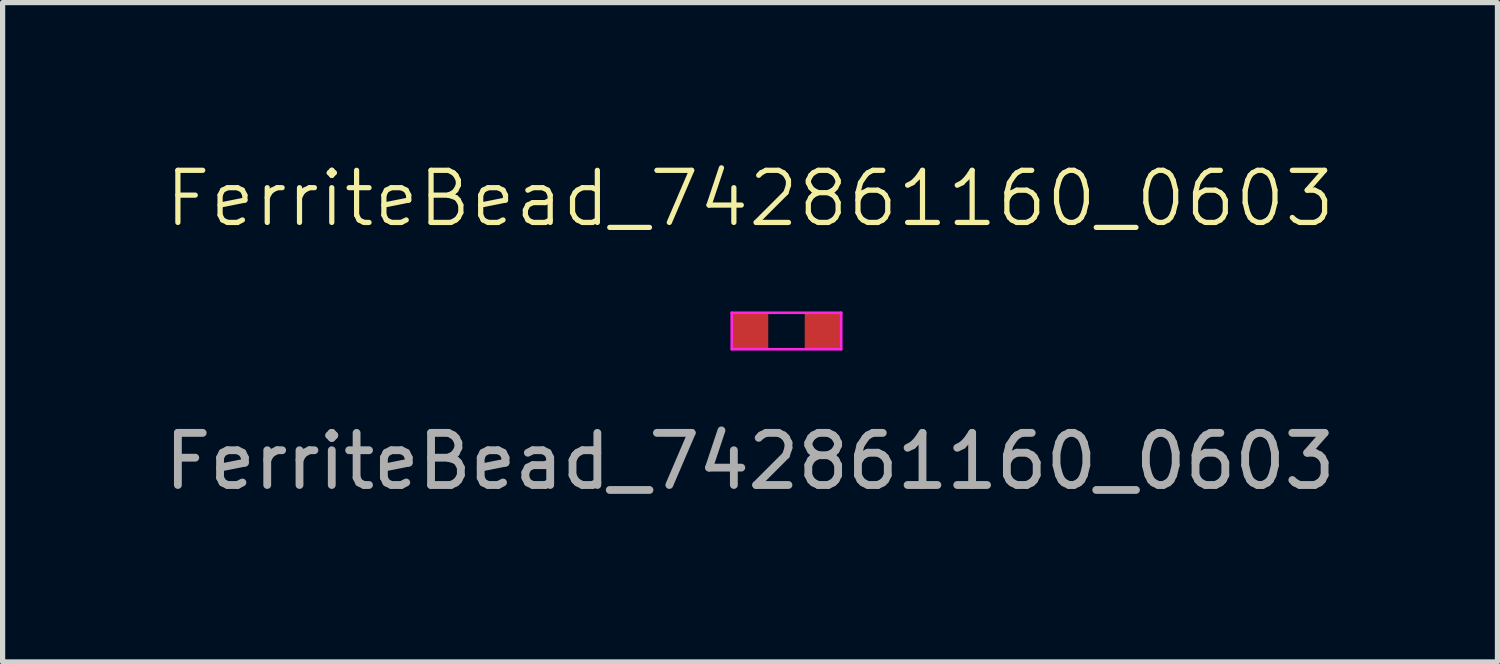
<source format=kicad_pcb>
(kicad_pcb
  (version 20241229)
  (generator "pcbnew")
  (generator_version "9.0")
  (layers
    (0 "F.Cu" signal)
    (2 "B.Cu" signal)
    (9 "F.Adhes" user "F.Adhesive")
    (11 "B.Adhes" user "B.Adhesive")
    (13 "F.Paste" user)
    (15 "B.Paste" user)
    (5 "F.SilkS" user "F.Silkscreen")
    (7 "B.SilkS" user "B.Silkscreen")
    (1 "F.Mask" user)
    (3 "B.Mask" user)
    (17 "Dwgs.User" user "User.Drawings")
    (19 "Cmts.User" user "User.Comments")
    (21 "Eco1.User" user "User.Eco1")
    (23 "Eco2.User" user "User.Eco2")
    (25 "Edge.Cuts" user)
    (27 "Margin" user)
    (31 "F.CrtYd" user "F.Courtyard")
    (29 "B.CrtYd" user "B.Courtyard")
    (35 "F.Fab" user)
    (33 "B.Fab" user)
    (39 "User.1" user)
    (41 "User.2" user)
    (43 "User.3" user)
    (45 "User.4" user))
  (footprint "FerriteBead_742861160_0603"
    (layer "F.Cu")
    (at 11.339 3.3)
    (property "Reference" "FerriteBead_742861160_0603" (at 0 -2.54 0) (unlocked yes) (layer "F.SilkS") (effects (font (size 1 1) (thickness 0.1))))
    (attr smd)
    (fp_line (start -0.35 -0.35) (end 1.75 -0.35) (stroke (width 0.05) (type default)) (layer "F.CrtYd"))
    (fp_line (start -0.35 0.35) (end -0.35 -0.35) (stroke (width 0.05) (type default)) (layer "F.CrtYd"))
    (fp_line (start -0.35 0.35) (end 1.75 0.35) (stroke (width 0.05) (type default)) (layer "F.CrtYd"))
    (fp_line (start 1.75 -0.35) (end 1.75 0.35) (stroke (width 0.05) (type default)) (layer "F.CrtYd"))
    (fp_text user "${REFERENCE}" (at 0 2.5 0) (unlocked yes) (layer "F.Fab") (effects (font (size 1 1) (thickness 0.15))))
    (pad "1" smd rect (at 0 0) (size 0.7 0.7) (layers "F.Cu" "F.Mask" "F.Paste"))
    (pad "2" smd rect (at 1.4 0) (size 0.7 0.7) (layers "F.Cu" "F.Mask" "F.Paste")))
  (gr_rect
    (start -3 -3)
    (end 25.679 9.649)
    (stroke (width 0.1) (type default))
    (fill no)
    (layer "Edge.Cuts")))
</source>
